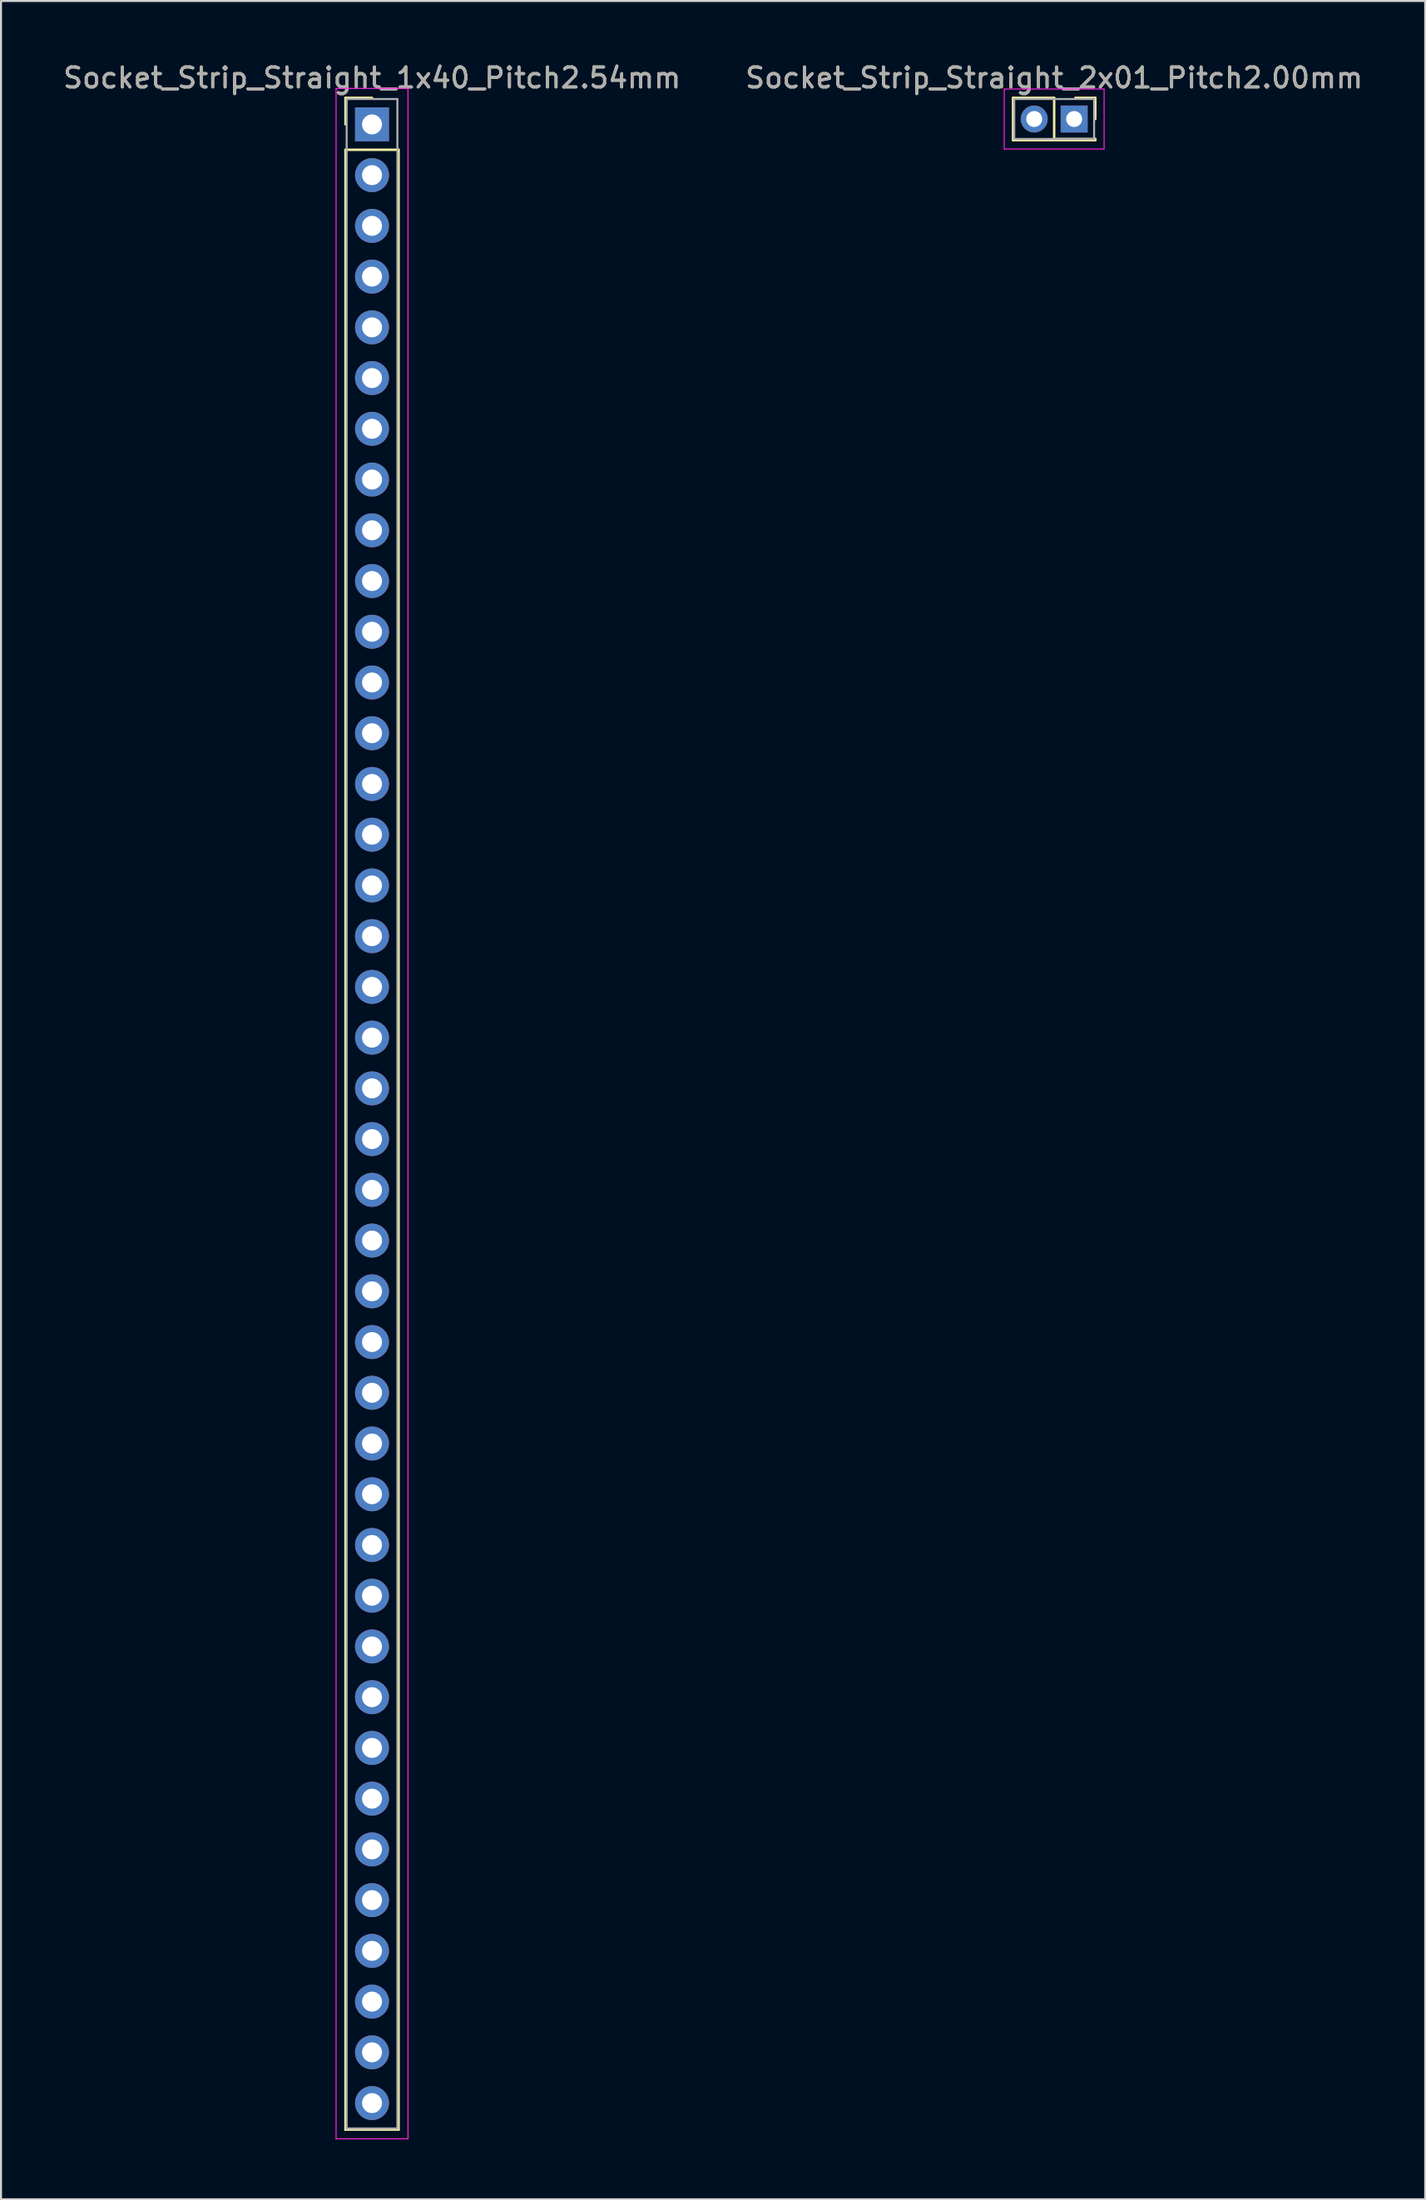
<source format=kicad_pcb>
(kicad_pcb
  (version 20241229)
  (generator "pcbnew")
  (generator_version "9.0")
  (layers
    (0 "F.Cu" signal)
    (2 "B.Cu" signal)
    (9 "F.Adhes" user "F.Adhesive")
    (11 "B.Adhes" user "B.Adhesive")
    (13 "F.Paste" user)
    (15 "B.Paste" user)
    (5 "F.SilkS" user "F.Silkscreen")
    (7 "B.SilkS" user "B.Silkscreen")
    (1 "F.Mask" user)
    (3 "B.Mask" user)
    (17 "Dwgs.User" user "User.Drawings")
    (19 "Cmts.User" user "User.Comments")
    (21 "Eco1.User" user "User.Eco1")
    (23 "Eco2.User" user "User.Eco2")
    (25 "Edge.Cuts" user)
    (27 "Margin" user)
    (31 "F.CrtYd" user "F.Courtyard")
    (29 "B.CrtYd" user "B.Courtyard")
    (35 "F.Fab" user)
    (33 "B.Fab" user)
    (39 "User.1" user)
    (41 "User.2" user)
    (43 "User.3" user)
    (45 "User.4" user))
  (footprint "Socket_Strip_Straight_2x01_Pitch2.00mm"
    (layer "F.Cu")
    (at 50.732 2.908)
    (property "Reference" "Socket_Strip_Straight_2x01_Pitch2.00mm" (at -1 -2.06 0) (layer "F.SilkS") (effects (font (size 1 1) (thickness 0.15))))
    (attr through_hole)
    (fp_line (start -3.06 -1.06) (end -1 -1.06) (stroke (width 0.12) (type solid)) (layer "F.SilkS"))
    (fp_line (start -3.06 1.06) (end -3.06 -1.06) (stroke (width 0.12) (type solid)) (layer "F.SilkS"))
    (fp_line (start -1 -1.06) (end -1 1) (stroke (width 0.12) (type solid)) (layer "F.SilkS"))
    (fp_line (start -1 1) (end 1.06 1) (stroke (width 0.12) (type solid)) (layer "F.SilkS"))
    (fp_line (start 1.06 -1.06) (end 0.06 -1.06) (stroke (width 0.12) (type solid)) (layer "F.SilkS"))
    (fp_line (start 1.06 0) (end 1.06 -1.06) (stroke (width 0.12) (type solid)) (layer "F.SilkS"))
    (fp_line (start 1.06 1) (end 1.06 1.06) (stroke (width 0.12) (type solid)) (layer "F.SilkS"))
    (fp_line (start 1.06 1.06) (end -3.06 1.06) (stroke (width 0.12) (type solid)) (layer "F.SilkS"))
    (fp_line (start -3.5 -1.5) (end -3.5 1.5) (stroke (width 0.05) (type solid)) (layer "F.CrtYd"))
    (fp_line (start -3.5 1.5) (end 1.5 1.5) (stroke (width 0.05) (type solid)) (layer "F.CrtYd"))
    (fp_line (start 1.5 -1.5) (end -3.5 -1.5) (stroke (width 0.05) (type solid)) (layer "F.CrtYd"))
    (fp_line (start 1.5 1.5) (end 1.5 -1.5) (stroke (width 0.05) (type solid)) (layer "F.CrtYd"))
    (fp_line (start -3 -1) (end -3 1) (stroke (width 0.1) (type solid)) (layer "F.Fab"))
    (fp_line (start -3 1) (end 1 1) (stroke (width 0.1) (type solid)) (layer "F.Fab"))
    (fp_line (start 1 -1) (end -3 -1) (stroke (width 0.1) (type solid)) (layer "F.Fab"))
    (fp_line (start 1 1) (end 1 -1) (stroke (width 0.1) (type solid)) (layer "F.Fab"))
    (fp_text user "${REFERENCE}" (at -1 -2.06 0) (layer "F.Fab") (effects (font (size 1 1) (thickness 0.15))))
    (pad "1" thru_hole rect (at 0 0) (size 1.35 1.35) (drill 0.8) (layers "*.Cu" "*.Mask"))
    (pad "2" thru_hole oval (at -2 0) (size 1.35 1.35) (drill 0.8) (layers "*.Cu" "*.Mask")))
  (footprint "Socket_Strip_Straight_1x40_Pitch2.54mm"
    (layer "F.Cu")
    (at 15.577 3.178)
    (property "Reference" "Socket_Strip_Straight_1x40_Pitch2.54mm" (at 0 -2.33 0) (layer "F.SilkS") (effects (font (size 1 1) (thickness 0.15))))
    (attr through_hole)
    (fp_line (start -1.33 -1.33) (end 0 -1.33) (stroke (width 0.12) (type solid)) (layer "F.SilkS"))
    (fp_line (start -1.33 0) (end -1.33 -1.33) (stroke (width 0.12) (type solid)) (layer "F.SilkS"))
    (fp_line (start -1.33 1.27) (end -1.33 100.39) (stroke (width 0.12) (type solid)) (layer "F.SilkS"))
    (fp_line (start -1.33 100.39) (end 1.33 100.39) (stroke (width 0.12) (type solid)) (layer "F.SilkS"))
    (fp_line (start 1.33 1.27) (end -1.33 1.27) (stroke (width 0.12) (type solid)) (layer "F.SilkS"))
    (fp_line (start 1.33 100.39) (end 1.33 1.27) (stroke (width 0.12) (type solid)) (layer "F.SilkS"))
    (fp_line (start -1.8 -1.8) (end -1.8 100.85) (stroke (width 0.05) (type solid)) (layer "F.CrtYd"))
    (fp_line (start -1.8 100.85) (end 1.8 100.85) (stroke (width 0.05) (type solid)) (layer "F.CrtYd"))
    (fp_line (start 1.8 -1.8) (end -1.8 -1.8) (stroke (width 0.05) (type solid)) (layer "F.CrtYd"))
    (fp_line (start 1.8 100.85) (end 1.8 -1.8) (stroke (width 0.05) (type solid)) (layer "F.CrtYd"))
    (fp_line (start -1.27 -1.27) (end -1.27 100.33) (stroke (width 0.1) (type solid)) (layer "F.Fab"))
    (fp_line (start -1.27 100.33) (end 1.27 100.33) (stroke (width 0.1) (type solid)) (layer "F.Fab"))
    (fp_line (start 1.27 -1.27) (end -1.27 -1.27) (stroke (width 0.1) (type solid)) (layer "F.Fab"))
    (fp_line (start 1.27 100.33) (end 1.27 -1.27) (stroke (width 0.1) (type solid)) (layer "F.Fab"))
    (fp_text user "${REFERENCE}" (at 0 -2.33 0) (layer "F.Fab") (effects (font (size 1 1) (thickness 0.15))))
    (pad "1" thru_hole rect (at 0 0) (size 1.7 1.7) (drill 1) (layers "*.Cu" "*.Mask"))
    (pad "2" thru_hole oval (at 0 2.54) (size 1.7 1.7) (drill 1) (layers "*.Cu" "*.Mask"))
    (pad "3" thru_hole oval (at 0 5.08) (size 1.7 1.7) (drill 1) (layers "*.Cu" "*.Mask"))
    (pad "4" thru_hole oval (at 0 7.62) (size 1.7 1.7) (drill 1) (layers "*.Cu" "*.Mask"))
    (pad "5" thru_hole oval (at 0 10.16) (size 1.7 1.7) (drill 1) (layers "*.Cu" "*.Mask"))
    (pad "6" thru_hole oval (at 0 12.7) (size 1.7 1.7) (drill 1) (layers "*.Cu" "*.Mask"))
    (pad "7" thru_hole oval (at 0 15.24) (size 1.7 1.7) (drill 1) (layers "*.Cu" "*.Mask"))
    (pad "8" thru_hole oval (at 0 17.78) (size 1.7 1.7) (drill 1) (layers "*.Cu" "*.Mask"))
    (pad "9" thru_hole oval (at 0 20.32) (size 1.7 1.7) (drill 1) (layers "*.Cu" "*.Mask"))
    (pad "10" thru_hole oval (at 0 22.86) (size 1.7 1.7) (drill 1) (layers "*.Cu" "*.Mask"))
    (pad "11" thru_hole oval (at 0 25.4) (size 1.7 1.7) (drill 1) (layers "*.Cu" "*.Mask"))
    (pad "12" thru_hole oval (at 0 27.94) (size 1.7 1.7) (drill 1) (layers "*.Cu" "*.Mask"))
    (pad "13" thru_hole oval (at 0 30.48) (size 1.7 1.7) (drill 1) (layers "*.Cu" "*.Mask"))
    (pad "14" thru_hole oval (at 0 33.02) (size 1.7 1.7) (drill 1) (layers "*.Cu" "*.Mask"))
    (pad "15" thru_hole oval (at 0 35.56) (size 1.7 1.7) (drill 1) (layers "*.Cu" "*.Mask"))
    (pad "16" thru_hole oval (at 0 38.1) (size 1.7 1.7) (drill 1) (layers "*.Cu" "*.Mask"))
    (pad "17" thru_hole oval (at 0 40.64) (size 1.7 1.7) (drill 1) (layers "*.Cu" "*.Mask"))
    (pad "18" thru_hole oval (at 0 43.18) (size 1.7 1.7) (drill 1) (layers "*.Cu" "*.Mask"))
    (pad "19" thru_hole oval (at 0 45.72) (size 1.7 1.7) (drill 1) (layers "*.Cu" "*.Mask"))
    (pad "20" thru_hole oval (at 0 48.26) (size 1.7 1.7) (drill 1) (layers "*.Cu" "*.Mask"))
    (pad "21" thru_hole oval (at 0 50.8) (size 1.7 1.7) (drill 1) (layers "*.Cu" "*.Mask"))
    (pad "22" thru_hole oval (at 0 53.34) (size 1.7 1.7) (drill 1) (layers "*.Cu" "*.Mask"))
    (pad "23" thru_hole oval (at 0 55.88) (size 1.7 1.7) (drill 1) (layers "*.Cu" "*.Mask"))
    (pad "24" thru_hole oval (at 0 58.42) (size 1.7 1.7) (drill 1) (layers "*.Cu" "*.Mask"))
    (pad "25" thru_hole oval (at 0 60.96) (size 1.7 1.7) (drill 1) (layers "*.Cu" "*.Mask"))
    (pad "26" thru_hole oval (at 0 63.5) (size 1.7 1.7) (drill 1) (layers "*.Cu" "*.Mask"))
    (pad "27" thru_hole oval (at 0 66.04) (size 1.7 1.7) (drill 1) (layers "*.Cu" "*.Mask"))
    (pad "28" thru_hole oval (at 0 68.58) (size 1.7 1.7) (drill 1) (layers "*.Cu" "*.Mask"))
    (pad "29" thru_hole oval (at 0 71.12) (size 1.7 1.7) (drill 1) (layers "*.Cu" "*.Mask"))
    (pad "30" thru_hole oval (at 0 73.66) (size 1.7 1.7) (drill 1) (layers "*.Cu" "*.Mask"))
    (pad "31" thru_hole oval (at 0 76.2) (size 1.7 1.7) (drill 1) (layers "*.Cu" "*.Mask"))
    (pad "32" thru_hole oval (at 0 78.74) (size 1.7 1.7) (drill 1) (layers "*.Cu" "*.Mask"))
    (pad "33" thru_hole oval (at 0 81.28) (size 1.7 1.7) (drill 1) (layers "*.Cu" "*.Mask"))
    (pad "34" thru_hole oval (at 0 83.82) (size 1.7 1.7) (drill 1) (layers "*.Cu" "*.Mask"))
    (pad "35" thru_hole oval (at 0 86.36) (size 1.7 1.7) (drill 1) (layers "*.Cu" "*.Mask"))
    (pad "36" thru_hole oval (at 0 88.9) (size 1.7 1.7) (drill 1) (layers "*.Cu" "*.Mask"))
    (pad "37" thru_hole oval (at 0 91.44) (size 1.7 1.7) (drill 1) (layers "*.Cu" "*.Mask"))
    (pad "38" thru_hole oval (at 0 93.98) (size 1.7 1.7) (drill 1) (layers "*.Cu" "*.Mask"))
    (pad "39" thru_hole oval (at 0 96.52) (size 1.7 1.7) (drill 1) (layers "*.Cu" "*.Mask"))
    (pad "40" thru_hole oval (at 0 99.06) (size 1.7 1.7) (drill 1) (layers "*.Cu" "*.Mask")))
  (gr_rect
    (start -3 -3)
    (end 68.31 107.053)
    (stroke (width 0.1) (type default))
    (fill no)
    (layer "Edge.Cuts")))
</source>
